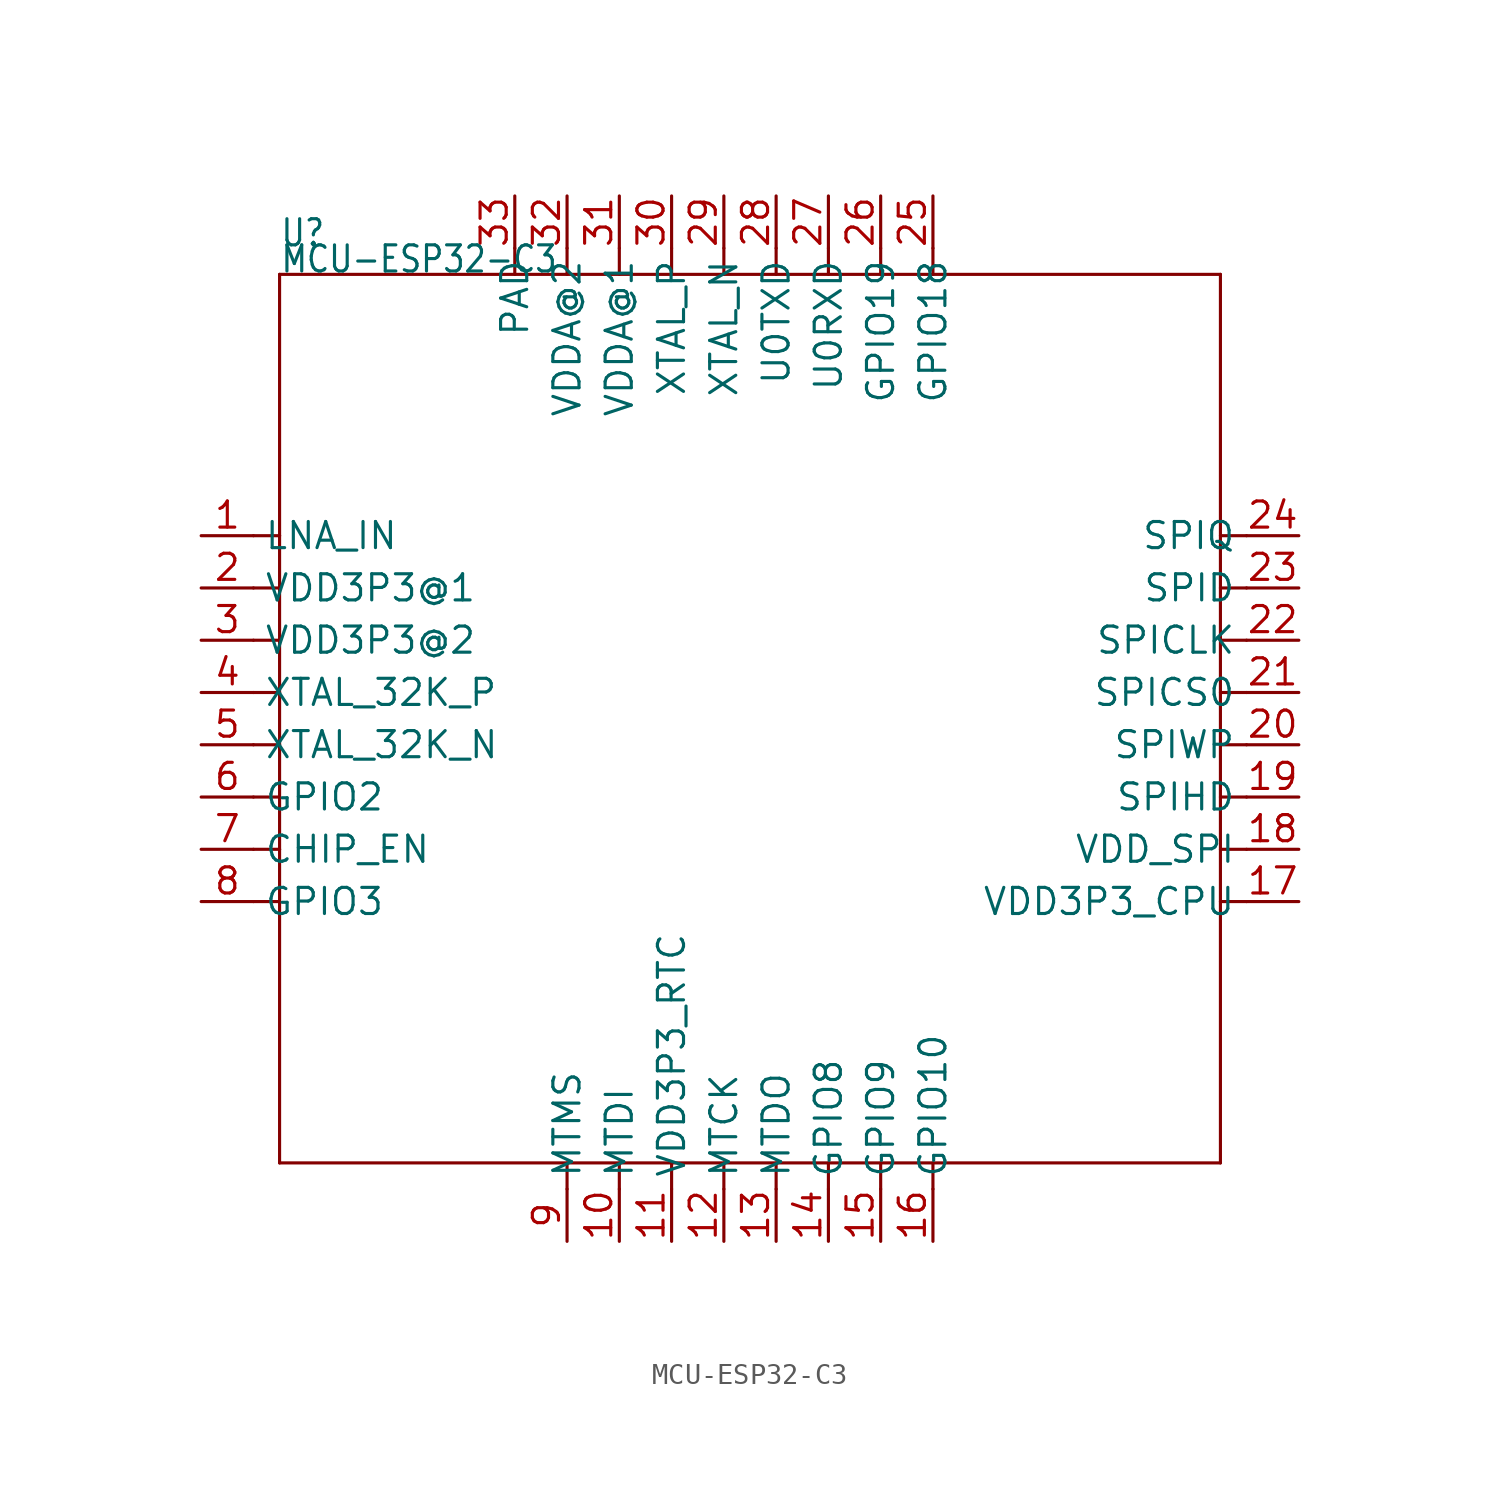
<source format=kicad_sym>
(kicad_symbol_lib
  (version 20211014)
  (generator kicad_symbol_editor)
  (symbol "MCU-ESP32-C3"
    (property "Reference" "U"
      (at -22.86 22.86 0)
      (effects (font (size 1.27 1.079)) (justify left bottom)))
    (property "Value" "MCU-ESP32-C3"
      (at -22.86 21.59 0)
      (effects (font (size 1.27 1.079)) (justify left bottom)))
    (property "ki_locked" ""
      (at 0 0 0)
      (effects (font (size 1.27 1.27))))
    (symbol "MCU-ESP32-C3_1_0"
      (polyline (pts (xy -22.86 -21.59) (xy 22.86 -21.59)) (stroke (width 0.152) (type default) (color 0 0 0 0)) (fill (type none)))
      (polyline (pts (xy -22.86 -8.89) (xy -24.13 -8.89)) (stroke (width 0.152) (type default) (color 0 0 0 0)) (fill (type none)))
      (polyline (pts (xy -22.86 -8.89) (xy -22.86 -21.59)) (stroke (width 0.152) (type default) (color 0 0 0 0)) (fill (type none)))
      (polyline (pts (xy -22.86 -6.35) (xy -24.13 -6.35)) (stroke (width 0.152) (type default) (color 0 0 0 0)) (fill (type none)))
      (polyline (pts (xy -22.86 -6.35) (xy -22.86 -8.89)) (stroke (width 0.152) (type default) (color 0 0 0 0)) (fill (type none)))
      (polyline (pts (xy -22.86 -3.81) (xy -24.13 -3.81)) (stroke (width 0.152) (type default) (color 0 0 0 0)) (fill (type none)))
      (polyline (pts (xy -22.86 -3.81) (xy -22.86 -6.35)) (stroke (width 0.152) (type default) (color 0 0 0 0)) (fill (type none)))
      (polyline (pts (xy -22.86 -1.27) (xy -24.13 -1.27)) (stroke (width 0.152) (type default) (color 0 0 0 0)) (fill (type none)))
      (polyline (pts (xy -22.86 -1.27) (xy -22.86 -3.81)) (stroke (width 0.152) (type default) (color 0 0 0 0)) (fill (type none)))
      (polyline (pts (xy -22.86 1.27) (xy -24.13 1.27)) (stroke (width 0.152) (type default) (color 0 0 0 0)) (fill (type none)))
      (polyline (pts (xy -22.86 1.27) (xy -22.86 -1.27)) (stroke (width 0.152) (type default) (color 0 0 0 0)) (fill (type none)))
      (polyline (pts (xy -22.86 3.81) (xy -24.13 3.81)) (stroke (width 0.152) (type default) (color 0 0 0 0)) (fill (type none)))
      (polyline (pts (xy -22.86 3.81) (xy -22.86 1.27)) (stroke (width 0.152) (type default) (color 0 0 0 0)) (fill (type none)))
      (polyline (pts (xy -22.86 6.35) (xy -24.13 6.35)) (stroke (width 0.152) (type default) (color 0 0 0 0)) (fill (type none)))
      (polyline (pts (xy -22.86 6.35) (xy -22.86 3.81)) (stroke (width 0.152) (type default) (color 0 0 0 0)) (fill (type none)))
      (polyline (pts (xy -22.86 8.89) (xy -24.13 8.89)) (stroke (width 0.152) (type default) (color 0 0 0 0)) (fill (type none)))
      (polyline (pts (xy -22.86 8.89) (xy -22.86 6.35)) (stroke (width 0.152) (type default) (color 0 0 0 0)) (fill (type none)))
      (polyline (pts (xy -22.86 21.59) (xy -22.86 8.89)) (stroke (width 0.152) (type default) (color 0 0 0 0)) (fill (type none)))
      (polyline (pts (xy -11.43 22.86) (xy -11.43 21.59)) (stroke (width 0.152) (type default) (color 0 0 0 0)) (fill (type none)))
      (polyline (pts (xy -8.89 -21.59) (xy -8.89 -22.86)) (stroke (width 0.152) (type default) (color 0 0 0 0)) (fill (type none)))
      (polyline (pts (xy -8.89 22.86) (xy -8.89 21.59)) (stroke (width 0.152) (type default) (color 0 0 0 0)) (fill (type none)))
      (polyline (pts (xy -6.35 -21.59) (xy -6.35 -22.86)) (stroke (width 0.152) (type default) (color 0 0 0 0)) (fill (type none)))
      (polyline (pts (xy -6.35 22.86) (xy -6.35 21.59)) (stroke (width 0.152) (type default) (color 0 0 0 0)) (fill (type none)))
      (polyline (pts (xy -3.81 -21.59) (xy -3.81 -22.86)) (stroke (width 0.152) (type default) (color 0 0 0 0)) (fill (type none)))
      (polyline (pts (xy -3.81 22.86) (xy -3.81 21.59)) (stroke (width 0.152) (type default) (color 0 0 0 0)) (fill (type none)))
      (polyline (pts (xy -1.27 -21.59) (xy -1.27 -22.86)) (stroke (width 0.152) (type default) (color 0 0 0 0)) (fill (type none)))
      (polyline (pts (xy -1.27 22.86) (xy -1.27 21.59)) (stroke (width 0.152) (type default) (color 0 0 0 0)) (fill (type none)))
      (polyline (pts (xy 1.27 -21.59) (xy 1.27 -22.86)) (stroke (width 0.152) (type default) (color 0 0 0 0)) (fill (type none)))
      (polyline (pts (xy 1.27 22.86) (xy 1.27 21.59)) (stroke (width 0.152) (type default) (color 0 0 0 0)) (fill (type none)))
      (polyline (pts (xy 3.81 -21.59) (xy 3.81 -22.86)) (stroke (width 0.152) (type default) (color 0 0 0 0)) (fill (type none)))
      (polyline (pts (xy 3.81 22.86) (xy 3.81 21.59)) (stroke (width 0.152) (type default) (color 0 0 0 0)) (fill (type none)))
      (polyline (pts (xy 6.35 -21.59) (xy 6.35 -22.86)) (stroke (width 0.152) (type default) (color 0 0 0 0)) (fill (type none)))
      (polyline (pts (xy 6.35 22.86) (xy 6.35 21.59)) (stroke (width 0.152) (type default) (color 0 0 0 0)) (fill (type none)))
      (polyline (pts (xy 8.89 -21.59) (xy 8.89 -22.86)) (stroke (width 0.152) (type default) (color 0 0 0 0)) (fill (type none)))
      (polyline (pts (xy 8.89 21.59) (xy -22.86 21.59)) (stroke (width 0.152) (type default) (color 0 0 0 0)) (fill (type none)))
      (polyline (pts (xy 8.89 22.86) (xy 8.89 21.59)) (stroke (width 0.152) (type default) (color 0 0 0 0)) (fill (type none)))
      (polyline (pts (xy 22.86 -21.59) (xy 22.86 21.59)) (stroke (width 0.152) (type default) (color 0 0 0 0)) (fill (type none)))
      (polyline (pts (xy 22.86 21.59) (xy 8.89 21.59)) (stroke (width 0.152) (type default) (color 0 0 0 0)) (fill (type none)))
      (polyline (pts (xy 24.13 -8.89) (xy 22.86 -8.89)) (stroke (width 0.152) (type default) (color 0 0 0 0)) (fill (type none)))
      (polyline (pts (xy 24.13 -6.35) (xy 22.86 -6.35)) (stroke (width 0.152) (type default) (color 0 0 0 0)) (fill (type none)))
      (polyline (pts (xy 24.13 -3.81) (xy 22.86 -3.81)) (stroke (width 0.152) (type default) (color 0 0 0 0)) (fill (type none)))
      (polyline (pts (xy 24.13 -1.27) (xy 22.86 -1.27)) (stroke (width 0.152) (type default) (color 0 0 0 0)) (fill (type none)))
      (polyline (pts (xy 24.13 1.27) (xy 22.86 1.27)) (stroke (width 0.152) (type default) (color 0 0 0 0)) (fill (type none)))
      (polyline (pts (xy 24.13 3.81) (xy 22.86 3.81)) (stroke (width 0.152) (type default) (color 0 0 0 0)) (fill (type none)))
      (polyline (pts (xy 24.13 6.35) (xy 22.86 6.35)) (stroke (width 0.152) (type default) (color 0 0 0 0)) (fill (type none)))
      (polyline (pts (xy 24.13 8.89) (xy 22.86 8.89)) (stroke (width 0.152) (type default) (color 0 0 0 0)) (fill (type none)))
      (pin bidirectional line (at -26.67 8.89 0) (length 2.54) (name "LNA_IN" (effects (font (size 1.27 1.27)))) (number "1" (effects (font (size 1.27 1.27)))))
      (pin bidirectional line (at -6.35 -25.4 90) (length 2.54) (name "MTDI" (effects (font (size 1.27 1.27)))) (number "10" (effects (font (size 1.27 1.27)))))
      (pin bidirectional line (at -3.81 -25.4 90) (length 2.54) (name "VDD3P3_RTC" (effects (font (size 1.27 1.27)))) (number "11" (effects (font (size 1.27 1.27)))))
      (pin bidirectional line (at -1.27 -25.4 90) (length 2.54) (name "MTCK" (effects (font (size 1.27 1.27)))) (number "12" (effects (font (size 1.27 1.27)))))
      (pin bidirectional line (at 1.27 -25.4 90) (length 2.54) (name "MTDO" (effects (font (size 1.27 1.27)))) (number "13" (effects (font (size 1.27 1.27)))))
      (pin bidirectional line (at 3.81 -25.4 90) (length 2.54) (name "GPIO8" (effects (font (size 1.27 1.27)))) (number "14" (effects (font (size 1.27 1.27)))))
      (pin bidirectional line (at 6.35 -25.4 90) (length 2.54) (name "GPIO9" (effects (font (size 1.27 1.27)))) (number "15" (effects (font (size 1.27 1.27)))))
      (pin bidirectional line (at 8.89 -25.4 90) (length 2.54) (name "GPIO10" (effects (font (size 1.27 1.27)))) (number "16" (effects (font (size 1.27 1.27)))))
      (pin bidirectional line (at 26.67 -8.89 180) (length 2.54) (name "VDD3P3_CPU" (effects (font (size 1.27 1.27)))) (number "17" (effects (font (size 1.27 1.27)))))
      (pin bidirectional line (at 26.67 -6.35 180) (length 2.54) (name "VDD_SPI" (effects (font (size 1.27 1.27)))) (number "18" (effects (font (size 1.27 1.27)))))
      (pin bidirectional line (at 26.67 -3.81 180) (length 2.54) (name "SPIHD" (effects (font (size 1.27 1.27)))) (number "19" (effects (font (size 1.27 1.27)))))
      (pin bidirectional line (at -26.67 6.35 0) (length 2.54) (name "VDD3P3@1" (effects (font (size 1.27 1.27)))) (number "2" (effects (font (size 1.27 1.27)))))
      (pin bidirectional line (at 26.67 -1.27 180) (length 2.54) (name "SPIWP" (effects (font (size 1.27 1.27)))) (number "20" (effects (font (size 1.27 1.27)))))
      (pin bidirectional line (at 26.67 1.27 180) (length 2.54) (name "SPICS0" (effects (font (size 1.27 1.27)))) (number "21" (effects (font (size 1.27 1.27)))))
      (pin bidirectional line (at 26.67 3.81 180) (length 2.54) (name "SPICLK" (effects (font (size 1.27 1.27)))) (number "22" (effects (font (size 1.27 1.27)))))
      (pin bidirectional line (at 26.67 6.35 180) (length 2.54) (name "SPID" (effects (font (size 1.27 1.27)))) (number "23" (effects (font (size 1.27 1.27)))))
      (pin bidirectional line (at 26.67 8.89 180) (length 2.54) (name "SPIQ" (effects (font (size 1.27 1.27)))) (number "24" (effects (font (size 1.27 1.27)))))
      (pin bidirectional line (at 8.89 25.4 270) (length 2.54) (name "GPIO18" (effects (font (size 1.27 1.27)))) (number "25" (effects (font (size 1.27 1.27)))))
      (pin bidirectional line (at 6.35 25.4 270) (length 2.54) (name "GPIO19" (effects (font (size 1.27 1.27)))) (number "26" (effects (font (size 1.27 1.27)))))
      (pin bidirectional line (at 3.81 25.4 270) (length 2.54) (name "U0RXD" (effects (font (size 1.27 1.27)))) (number "27" (effects (font (size 1.27 1.27)))))
      (pin bidirectional line (at 1.27 25.4 270) (length 2.54) (name "U0TXD" (effects (font (size 1.27 1.27)))) (number "28" (effects (font (size 1.27 1.27)))))
      (pin bidirectional line (at -1.27 25.4 270) (length 2.54) (name "XTAL_N" (effects (font (size 1.27 1.27)))) (number "29" (effects (font (size 1.27 1.27)))))
      (pin bidirectional line (at -26.67 3.81 0) (length 2.54) (name "VDD3P3@2" (effects (font (size 1.27 1.27)))) (number "3" (effects (font (size 1.27 1.27)))))
      (pin bidirectional line (at -3.81 25.4 270) (length 2.54) (name "XTAL_P" (effects (font (size 1.27 1.27)))) (number "30" (effects (font (size 1.27 1.27)))))
      (pin bidirectional line (at -6.35 25.4 270) (length 2.54) (name "VDDA@1" (effects (font (size 1.27 1.27)))) (number "31" (effects (font (size 1.27 1.27)))))
      (pin bidirectional line (at -8.89 25.4 270) (length 2.54) (name "VDDA@2" (effects (font (size 1.27 1.27)))) (number "32" (effects (font (size 1.27 1.27)))))
      (pin bidirectional line (at -11.43 25.4 270) (length 2.54) (name "PAD" (effects (font (size 1.27 1.27)))) (number "33" (effects (font (size 1.27 1.27)))))
      (pin bidirectional line (at -26.67 1.27 0) (length 2.54) (name "XTAL_32K_P" (effects (font (size 1.27 1.27)))) (number "4" (effects (font (size 1.27 1.27)))))
      (pin bidirectional line (at -26.67 -1.27 0) (length 2.54) (name "XTAL_32K_N" (effects (font (size 1.27 1.27)))) (number "5" (effects (font (size 1.27 1.27)))))
      (pin bidirectional line (at -26.67 -3.81 0) (length 2.54) (name "GPIO2" (effects (font (size 1.27 1.27)))) (number "6" (effects (font (size 1.27 1.27)))))
      (pin bidirectional line (at -26.67 -6.35 0) (length 2.54) (name "CHIP_EN" (effects (font (size 1.27 1.27)))) (number "7" (effects (font (size 1.27 1.27)))))
      (pin bidirectional line (at -26.67 -8.89 0) (length 2.54) (name "GPIO3" (effects (font (size 1.27 1.27)))) (number "8" (effects (font (size 1.27 1.27)))))
      (pin bidirectional line (at -8.89 -25.4 90) (length 2.54) (name "MTMS" (effects (font (size 1.27 1.27)))) (number "9" (effects (font (size 1.27 1.27))))))))
</source>
